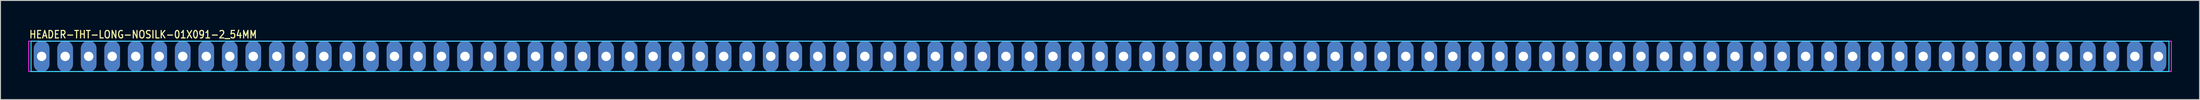
<source format=kicad_pcb>
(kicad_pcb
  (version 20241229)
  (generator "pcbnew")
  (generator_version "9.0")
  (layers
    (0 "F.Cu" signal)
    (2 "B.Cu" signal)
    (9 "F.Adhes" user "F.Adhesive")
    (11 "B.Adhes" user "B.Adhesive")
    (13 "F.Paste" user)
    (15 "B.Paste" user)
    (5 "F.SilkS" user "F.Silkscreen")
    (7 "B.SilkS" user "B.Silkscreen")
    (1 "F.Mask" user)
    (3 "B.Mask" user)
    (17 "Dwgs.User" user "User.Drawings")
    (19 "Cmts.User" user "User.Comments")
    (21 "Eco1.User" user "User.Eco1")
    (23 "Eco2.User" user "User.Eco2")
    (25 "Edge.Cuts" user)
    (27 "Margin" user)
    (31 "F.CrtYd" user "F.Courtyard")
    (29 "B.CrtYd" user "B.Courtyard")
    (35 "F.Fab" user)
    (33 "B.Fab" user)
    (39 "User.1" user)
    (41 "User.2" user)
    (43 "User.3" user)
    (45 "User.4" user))
  (footprint "HEADER-THT-LONG-NOSILK-01X091-2_54MM"
    (layer "F.Cu")
    (at 1.447 3.079)
    (property "Reference" "HEADER-THT-LONG-NOSILK-01X091-2_54MM" (at -1.4 -1.9 0) (unlocked yes) (layer "F.SilkS") (effects (font (size 0.813 0.695) (thickness 0.122)) (justify left bottom)))
    (fp_poly (pts (xy -1.143 -1.651) (xy 229.743 -1.651) (xy 229.743 1.651) (xy -1.143 1.651)) (stroke (width 0.1) (type solid)) (fill no) (layer "B.CrtYd"))
    (fp_poly (pts (xy -1.397 -1.651) (xy 229.997 -1.651) (xy 229.997 1.651) (xy -1.397 1.651)) (stroke (width 0.1) (type solid)) (fill no) (layer "F.CrtYd"))
    (pad "P$1" thru_hole oval (at 0 0 90) (size 3.387 1.693) (drill 1.016) (layers "*.Cu" "*.Mask"))
    (pad "P$2" thru_hole oval (at 2.54 0 90) (size 3.387 1.693) (drill 1.016) (layers "*.Cu" "*.Mask"))
    (pad "P$3" thru_hole oval (at 5.08 0 90) (size 3.387 1.693) (drill 1.016) (layers "*.Cu" "*.Mask"))
    (pad "P$4" thru_hole oval (at 7.62 0 90) (size 3.387 1.693) (drill 1.016) (layers "*.Cu" "*.Mask"))
    (pad "P$5" thru_hole oval (at 10.16 0 90) (size 3.387 1.693) (drill 1.016) (layers "*.Cu" "*.Mask"))
    (pad "P$6" thru_hole oval (at 12.7 0 90) (size 3.387 1.693) (drill 1.016) (layers "*.Cu" "*.Mask"))
    (pad "P$7" thru_hole oval (at 15.24 0 90) (size 3.387 1.693) (drill 1.016) (layers "*.Cu" "*.Mask"))
    (pad "P$8" thru_hole oval (at 17.78 0 90) (size 3.387 1.693) (drill 1.016) (layers "*.Cu" "*.Mask"))
    (pad "P$9" thru_hole oval (at 20.32 0 90) (size 3.387 1.693) (drill 1.016) (layers "*.Cu" "*.Mask"))
    (pad "P$10" thru_hole oval (at 22.86 0 90) (size 3.387 1.693) (drill 1.016) (layers "*.Cu" "*.Mask"))
    (pad "P$11" thru_hole oval (at 25.4 0 90) (size 3.387 1.693) (drill 1.016) (layers "*.Cu" "*.Mask"))
    (pad "P$12" thru_hole oval (at 27.94 0 90) (size 3.387 1.693) (drill 1.016) (layers "*.Cu" "*.Mask"))
    (pad "P$13" thru_hole oval (at 30.48 0 90) (size 3.387 1.693) (drill 1.016) (layers "*.Cu" "*.Mask"))
    (pad "P$14" thru_hole oval (at 33.02 0 90) (size 3.387 1.693) (drill 1.016) (layers "*.Cu" "*.Mask"))
    (pad "P$15" thru_hole oval (at 35.56 0 90) (size 3.387 1.693) (drill 1.016) (layers "*.Cu" "*.Mask"))
    (pad "P$16" thru_hole oval (at 38.1 0 90) (size 3.387 1.693) (drill 1.016) (layers "*.Cu" "*.Mask"))
    (pad "P$17" thru_hole oval (at 40.64 0 90) (size 3.387 1.693) (drill 1.016) (layers "*.Cu" "*.Mask"))
    (pad "P$18" thru_hole oval (at 43.18 0 90) (size 3.387 1.693) (drill 1.016) (layers "*.Cu" "*.Mask"))
    (pad "P$19" thru_hole oval (at 45.72 0 90) (size 3.387 1.693) (drill 1.016) (layers "*.Cu" "*.Mask"))
    (pad "P$20" thru_hole oval (at 48.26 0 90) (size 3.387 1.693) (drill 1.016) (layers "*.Cu" "*.Mask"))
    (pad "P$21" thru_hole oval (at 50.8 0 90) (size 3.387 1.693) (drill 1.016) (layers "*.Cu" "*.Mask"))
    (pad "P$22" thru_hole oval (at 53.34 0 90) (size 3.387 1.693) (drill 1.016) (layers "*.Cu" "*.Mask"))
    (pad "P$23" thru_hole oval (at 55.88 0 90) (size 3.387 1.693) (drill 1.016) (layers "*.Cu" "*.Mask"))
    (pad "P$24" thru_hole oval (at 58.42 0 90) (size 3.387 1.693) (drill 1.016) (layers "*.Cu" "*.Mask"))
    (pad "P$25" thru_hole oval (at 60.96 0 90) (size 3.387 1.693) (drill 1.016) (layers "*.Cu" "*.Mask"))
    (pad "P$26" thru_hole oval (at 63.5 0 90) (size 3.387 1.693) (drill 1.016) (layers "*.Cu" "*.Mask"))
    (pad "P$27" thru_hole oval (at 66.04 0 90) (size 3.387 1.693) (drill 1.016) (layers "*.Cu" "*.Mask"))
    (pad "P$28" thru_hole oval (at 68.58 0 90) (size 3.387 1.693) (drill 1.016) (layers "*.Cu" "*.Mask"))
    (pad "P$29" thru_hole oval (at 71.12 0 90) (size 3.387 1.693) (drill 1.016) (layers "*.Cu" "*.Mask"))
    (pad "P$30" thru_hole oval (at 73.66 0 90) (size 3.387 1.693) (drill 1.016) (layers "*.Cu" "*.Mask"))
    (pad "P$31" thru_hole oval (at 76.2 0 90) (size 3.387 1.693) (drill 1.016) (layers "*.Cu" "*.Mask"))
    (pad "P$32" thru_hole oval (at 78.74 0 90) (size 3.387 1.693) (drill 1.016) (layers "*.Cu" "*.Mask"))
    (pad "P$33" thru_hole oval (at 81.28 0 90) (size 3.387 1.693) (drill 1.016) (layers "*.Cu" "*.Mask"))
    (pad "P$34" thru_hole oval (at 83.82 0 90) (size 3.387 1.693) (drill 1.016) (layers "*.Cu" "*.Mask"))
    (pad "P$35" thru_hole oval (at 86.36 0 90) (size 3.387 1.693) (drill 1.016) (layers "*.Cu" "*.Mask"))
    (pad "P$36" thru_hole oval (at 88.9 0 90) (size 3.387 1.693) (drill 1.016) (layers "*.Cu" "*.Mask"))
    (pad "P$37" thru_hole oval (at 91.44 0 90) (size 3.387 1.693) (drill 1.016) (layers "*.Cu" "*.Mask"))
    (pad "P$38" thru_hole oval (at 93.98 0 90) (size 3.387 1.693) (drill 1.016) (layers "*.Cu" "*.Mask"))
    (pad "P$39" thru_hole oval (at 96.52 0 90) (size 3.387 1.693) (drill 1.016) (layers "*.Cu" "*.Mask"))
    (pad "P$40" thru_hole oval (at 99.06 0 90) (size 3.387 1.693) (drill 1.016) (layers "*.Cu" "*.Mask"))
    (pad "P$41" thru_hole oval (at 101.6 0 90) (size 3.387 1.693) (drill 1.016) (layers "*.Cu" "*.Mask"))
    (pad "P$42" thru_hole oval (at 104.14 0 90) (size 3.387 1.693) (drill 1.016) (layers "*.Cu" "*.Mask"))
    (pad "P$43" thru_hole oval (at 106.68 0 90) (size 3.387 1.693) (drill 1.016) (layers "*.Cu" "*.Mask"))
    (pad "P$44" thru_hole oval (at 109.22 0 90) (size 3.387 1.693) (drill 1.016) (layers "*.Cu" "*.Mask"))
    (pad "P$45" thru_hole oval (at 111.76 0 90) (size 3.387 1.693) (drill 1.016) (layers "*.Cu" "*.Mask"))
    (pad "P$46" thru_hole oval (at 114.3 0 90) (size 3.387 1.693) (drill 1.016) (layers "*.Cu" "*.Mask"))
    (pad "P$47" thru_hole oval (at 116.84 0 90) (size 3.387 1.693) (drill 1.016) (layers "*.Cu" "*.Mask"))
    (pad "P$48" thru_hole oval (at 119.38 0 90) (size 3.387 1.693) (drill 1.016) (layers "*.Cu" "*.Mask"))
    (pad "P$49" thru_hole oval (at 121.92 0 90) (size 3.387 1.693) (drill 1.016) (layers "*.Cu" "*.Mask"))
    (pad "P$50" thru_hole oval (at 124.46 0 90) (size 3.387 1.693) (drill 1.016) (layers "*.Cu" "*.Mask"))
    (pad "P$51" thru_hole oval (at 127 0 90) (size 3.387 1.693) (drill 1.016) (layers "*.Cu" "*.Mask"))
    (pad "P$52" thru_hole oval (at 129.54 0 90) (size 3.387 1.693) (drill 1.016) (layers "*.Cu" "*.Mask"))
    (pad "P$53" thru_hole oval (at 132.08 0 90) (size 3.387 1.693) (drill 1.016) (layers "*.Cu" "*.Mask"))
    (pad "P$54" thru_hole oval (at 134.62 0 90) (size 3.387 1.693) (drill 1.016) (layers "*.Cu" "*.Mask"))
    (pad "P$55" thru_hole oval (at 137.16 0 90) (size 3.387 1.693) (drill 1.016) (layers "*.Cu" "*.Mask"))
    (pad "P$56" thru_hole oval (at 139.7 0 90) (size 3.387 1.693) (drill 1.016) (layers "*.Cu" "*.Mask"))
    (pad "P$57" thru_hole oval (at 142.24 0 90) (size 3.387 1.693) (drill 1.016) (layers "*.Cu" "*.Mask"))
    (pad "P$58" thru_hole oval (at 144.78 0 90) (size 3.387 1.693) (drill 1.016) (layers "*.Cu" "*.Mask"))
    (pad "P$59" thru_hole oval (at 147.32 0 90) (size 3.387 1.693) (drill 1.016) (layers "*.Cu" "*.Mask"))
    (pad "P$60" thru_hole oval (at 149.86 0 90) (size 3.387 1.693) (drill 1.016) (layers "*.Cu" "*.Mask"))
    (pad "P$61" thru_hole oval (at 152.4 0 90) (size 3.387 1.693) (drill 1.016) (layers "*.Cu" "*.Mask"))
    (pad "P$62" thru_hole oval (at 154.94 0 90) (size 3.387 1.693) (drill 1.016) (layers "*.Cu" "*.Mask"))
    (pad "P$63" thru_hole oval (at 157.48 0 90) (size 3.387 1.693) (drill 1.016) (layers "*.Cu" "*.Mask"))
    (pad "P$64" thru_hole oval (at 160.02 0 90) (size 3.387 1.693) (drill 1.016) (layers "*.Cu" "*.Mask"))
    (pad "P$65" thru_hole oval (at 162.56 0 90) (size 3.387 1.693) (drill 1.016) (layers "*.Cu" "*.Mask"))
    (pad "P$66" thru_hole oval (at 165.1 0 90) (size 3.387 1.693) (drill 1.016) (layers "*.Cu" "*.Mask"))
    (pad "P$67" thru_hole oval (at 167.64 0 90) (size 3.387 1.693) (drill 1.016) (layers "*.Cu" "*.Mask"))
    (pad "P$68" thru_hole oval (at 170.18 0 90) (size 3.387 1.693) (drill 1.016) (layers "*.Cu" "*.Mask"))
    (pad "P$69" thru_hole oval (at 172.72 0 90) (size 3.387 1.693) (drill 1.016) (layers "*.Cu" "*.Mask"))
    (pad "P$70" thru_hole oval (at 175.26 0 90) (size 3.387 1.693) (drill 1.016) (layers "*.Cu" "*.Mask"))
    (pad "P$71" thru_hole oval (at 177.8 0 90) (size 3.387 1.693) (drill 1.016) (layers "*.Cu" "*.Mask"))
    (pad "P$72" thru_hole oval (at 180.34 0 90) (size 3.387 1.693) (drill 1.016) (layers "*.Cu" "*.Mask"))
    (pad "P$73" thru_hole oval (at 182.88 0 90) (size 3.387 1.693) (drill 1.016) (layers "*.Cu" "*.Mask"))
    (pad "P$74" thru_hole oval (at 185.42 0 90) (size 3.387 1.693) (drill 1.016) (layers "*.Cu" "*.Mask"))
    (pad "P$75" thru_hole oval (at 187.96 0 90) (size 3.387 1.693) (drill 1.016) (layers "*.Cu" "*.Mask"))
    (pad "P$76" thru_hole oval (at 190.5 0 90) (size 3.387 1.693) (drill 1.016) (layers "*.Cu" "*.Mask"))
    (pad "P$77" thru_hole oval (at 193.04 0 90) (size 3.387 1.693) (drill 1.016) (layers "*.Cu" "*.Mask"))
    (pad "P$78" thru_hole oval (at 195.58 0 90) (size 3.387 1.693) (drill 1.016) (layers "*.Cu" "*.Mask"))
    (pad "P$79" thru_hole oval (at 198.12 0 90) (size 3.387 1.693) (drill 1.016) (layers "*.Cu" "*.Mask"))
    (pad "P$80" thru_hole oval (at 200.66 0 90) (size 3.387 1.693) (drill 1.016) (layers "*.Cu" "*.Mask"))
    (pad "P$81" thru_hole oval (at 203.2 0 90) (size 3.387 1.693) (drill 1.016) (layers "*.Cu" "*.Mask"))
    (pad "P$82" thru_hole oval (at 205.74 0 90) (size 3.387 1.693) (drill 1.016) (layers "*.Cu" "*.Mask"))
    (pad "P$83" thru_hole oval (at 208.28 0 90) (size 3.387 1.693) (drill 1.016) (layers "*.Cu" "*.Mask"))
    (pad "P$84" thru_hole oval (at 210.82 0 90) (size 3.387 1.693) (drill 1.016) (layers "*.Cu" "*.Mask"))
    (pad "P$85" thru_hole oval (at 213.36 0 90) (size 3.387 1.693) (drill 1.016) (layers "*.Cu" "*.Mask"))
    (pad "P$86" thru_hole oval (at 215.9 0 90) (size 3.387 1.693) (drill 1.016) (layers "*.Cu" "*.Mask"))
    (pad "P$87" thru_hole oval (at 218.44 0 90) (size 3.387 1.693) (drill 1.016) (layers "*.Cu" "*.Mask"))
    (pad "P$88" thru_hole oval (at 220.98 0 90) (size 3.387 1.693) (drill 1.016) (layers "*.Cu" "*.Mask"))
    (pad "P$89" thru_hole oval (at 223.52 0 90) (size 3.387 1.693) (drill 1.016) (layers "*.Cu" "*.Mask"))
    (pad "P$90" thru_hole oval (at 226.06 0 90) (size 3.387 1.693) (drill 1.016) (layers "*.Cu" "*.Mask"))
    (pad "P$91" thru_hole oval (at 228.6 0 90) (size 3.387 1.693) (drill 1.016) (layers "*.Cu" "*.Mask")))
  (gr_rect
    (start -3 -3)
    (end 234.494 7.78)
    (stroke (width 0.1) (type default))
    (fill no)
    (layer "Edge.Cuts")))
</source>
